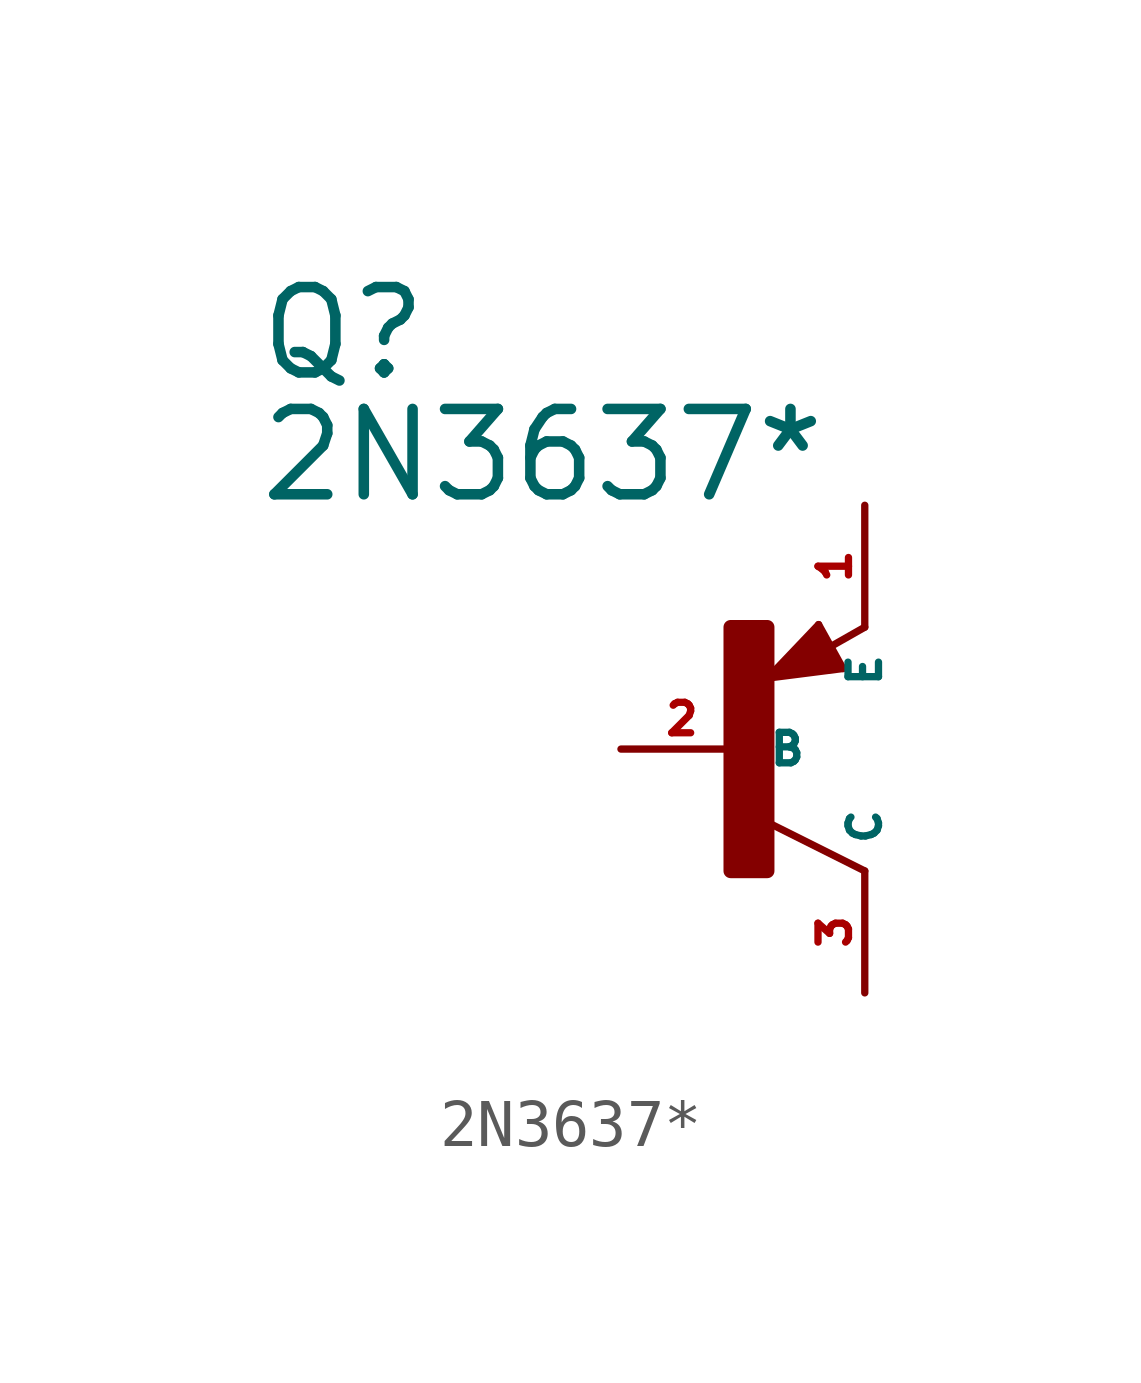
<source format=kicad_sym>
(kicad_symbol_lib
  (version 20220914)
  (generator Eagle2Kicad)
  (symbol "2N3637*"
    (property "Reference" "Q"
      (at -10.16 7.62 0)
      (effects (font (size 1.778 1.778) (thickness 0.22)) (justify left bottom)))
    (property "Value" "2N3637*"
      (at -10.16 5.08 0)
      (effects (font (size 1.778 1.778) (thickness 0.22)) (justify left bottom)))
    (polyline
      (pts (xy 2.086 1.678) (xy 1.578 2.594))
      (stroke (width 0.152) (type default))
      (fill (type none)))
    (polyline
      (pts (xy 1.578 2.594) (xy 0.516 1.478))
      (stroke (width 0.152) (type default))
      (fill (type none)))
    (polyline
      (pts (xy 0.516 1.478) (xy 2.086 1.678))
      (stroke (width 0.152) (type default))
      (fill (type none)))
    (polyline
      (pts (xy 2.54 2.54) (xy 1.808 2.124))
      (stroke (width 0.152) (type default))
      (fill (type none)))
    (polyline
      (pts (xy 2.54 -2.54) (xy 0.508 -1.524))
      (stroke (width 0.152) (type default))
      (fill (type none)))
    (polyline
      (pts (xy 1.905 1.778) (xy 1.524 2.413))
      (stroke (width 0.254) (type default))
      (fill (type none)))
    (polyline
      (pts (xy 1.524 2.413) (xy 0.762 1.651))
      (stroke (width 0.254) (type default))
      (fill (type none)))
    (polyline
      (pts (xy 0.762 1.651) (xy 1.778 1.778))
      (stroke (width 0.254) (type default))
      (fill (type none)))
    (polyline
      (pts (xy 1.778 1.778) (xy 1.524 2.159))
      (stroke (width 0.254) (type default))
      (fill (type none)))
    (polyline
      (pts (xy 1.524 2.159) (xy 1.143 1.905))
      (stroke (width 0.254) (type default))
      (fill (type none)))
    (polyline
      (pts (xy 1.143 1.905) (xy 1.524 1.905))
      (stroke (width 0.254) (type default))
      (fill (type none)))
    (rectangle
      (start -0.254 -2.54)
      (end 0.508 2.54)
      (stroke (width 0.3) (type default))
      (fill (type outline)))
    (pin passive line
      (at -2.54 0 0)
      (length 2.54)
      (name "B" (effects (font (size 0.635 0.635) (thickness 0.08)) (justify left bottom)))
      (number "2" (effects (font (size 0.635 0.635) (thickness 0.08)) (justify left bottom))))
    (pin passive line
      (at 2.54 5.08 270)
      (length 2.54)
      (name "E" (effects (font (size 0.635 0.635) (thickness 0.08)) (justify left bottom)))
      (number "1" (effects (font (size 0.635 0.635) (thickness 0.08)) (justify left bottom))))
    (pin passive line
      (at 2.54 -5.08 90)
      (length 2.54)
      (name "C" (effects (font (size 0.635 0.635) (thickness 0.08)) (justify left bottom)))
      (number "3" (effects (font (size 0.635 0.635) (thickness 0.08)) (justify left bottom))))))
</source>
